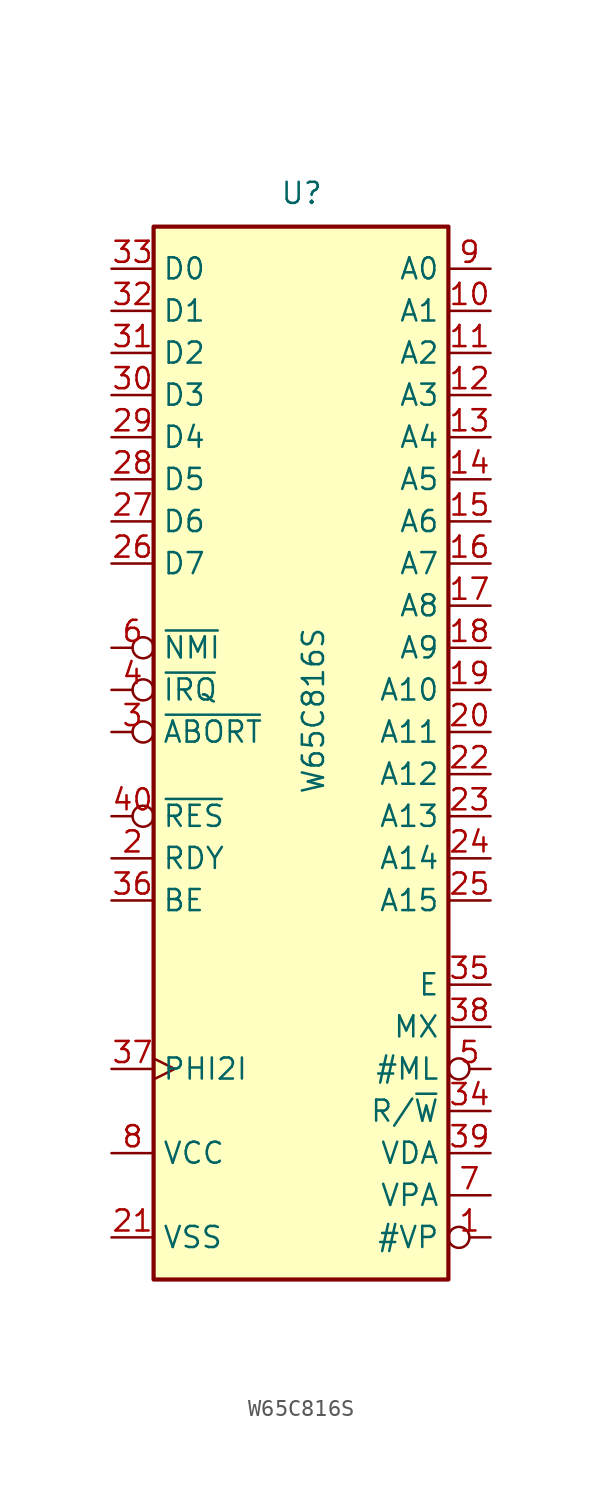
<source format=kicad_sym>
(kicad_symbol_lib
  (version 20231120)
  (generator "kicad_symbol_editor")
  (generator_version "8.0")
  (symbol "W65C816S"
    (property "Reference" "U"
      (at -1.27 31.75 0)
      (effects (font (size 1.27 1.27)) (justify left bottom)))
    (property "Value" "W65C816S"
      (at 0 -3.81 90)
      (effects (font (size 1.27 1.27)) (justify left top)))
    (symbol "W65C816S_0_0"
      (pin output line (at 11.43 -15.24 180) (length 2.54) (name "E" (effects (font (size 1.27 1.27)))) (number "35" (effects (font (size 1.27 1.27)))))
      (pin input line (at -11.43 -10.16 0) (length 2.54) (name "BE" (effects (font (size 1.27 1.27)))) (number "36" (effects (font (size 1.27 1.27)))))
      (pin output inverted (at 11.43 -20.32 180) (length 2.54) (name "#ML" (effects (font (size 1.27 1.27)))) (number "5" (effects (font (size 1.27 1.27))))))
    (symbol "W65C816S_0_1"
      (rectangle (start -8.89 -33.02) (end 8.89 30.48) (stroke (width 0.254) (type default)) (fill (type background))))
    (symbol "W65C816S_1_1"
      (pin output inverted (at 11.43 -30.48 180) (length 2.54) (name "#VP" (effects (font (size 1.27 1.27)))) (number "1" (effects (font (size 1.27 1.27)))))
      (pin output line (at 11.43 25.4 180) (length 2.54) (name "A1" (effects (font (size 1.27 1.27)))) (number "10" (effects (font (size 1.27 1.27)))))
      (pin output line (at 11.43 22.86 180) (length 2.54) (name "A2" (effects (font (size 1.27 1.27)))) (number "11" (effects (font (size 1.27 1.27)))))
      (pin output line (at 11.43 20.32 180) (length 2.54) (name "A3" (effects (font (size 1.27 1.27)))) (number "12" (effects (font (size 1.27 1.27)))))
      (pin output line (at 11.43 17.78 180) (length 2.54) (name "A4" (effects (font (size 1.27 1.27)))) (number "13" (effects (font (size 1.27 1.27)))))
      (pin output line (at 11.43 15.24 180) (length 2.54) (name "A5" (effects (font (size 1.27 1.27)))) (number "14" (effects (font (size 1.27 1.27)))))
      (pin output line (at 11.43 12.7 180) (length 2.54) (name "A6" (effects (font (size 1.27 1.27)))) (number "15" (effects (font (size 1.27 1.27)))))
      (pin output line (at 11.43 10.16 180) (length 2.54) (name "A7" (effects (font (size 1.27 1.27)))) (number "16" (effects (font (size 1.27 1.27)))))
      (pin output line (at 11.43 7.62 180) (length 2.54) (name "A8" (effects (font (size 1.27 1.27)))) (number "17" (effects (font (size 1.27 1.27)))))
      (pin output line (at 11.43 5.08 180) (length 2.54) (name "A9" (effects (font (size 1.27 1.27)))) (number "18" (effects (font (size 1.27 1.27)))))
      (pin output line (at 11.43 2.54 180) (length 2.54) (name "A10" (effects (font (size 1.27 1.27)))) (number "19" (effects (font (size 1.27 1.27)))))
      (pin input line (at -11.43 -7.62 0) (length 2.54) (name "RDY" (effects (font (size 1.27 1.27)))) (number "2" (effects (font (size 1.27 1.27)))))
      (pin output line (at 11.43 0 180) (length 2.54) (name "A11" (effects (font (size 1.27 1.27)))) (number "20" (effects (font (size 1.27 1.27)))))
      (pin power_in line (at -11.43 -30.48 0) (length 2.54) (name "VSS" (effects (font (size 1.27 1.27)))) (number "21" (effects (font (size 1.27 1.27)))))
      (pin output line (at 11.43 -2.54 180) (length 2.54) (name "A12" (effects (font (size 1.27 1.27)))) (number "22" (effects (font (size 1.27 1.27)))))
      (pin output line (at 11.43 -5.08 180) (length 2.54) (name "A13" (effects (font (size 1.27 1.27)))) (number "23" (effects (font (size 1.27 1.27)))))
      (pin output line (at 11.43 -7.62 180) (length 2.54) (name "A14" (effects (font (size 1.27 1.27)))) (number "24" (effects (font (size 1.27 1.27)))))
      (pin output line (at 11.43 -10.16 180) (length 2.54) (name "A15" (effects (font (size 1.27 1.27)))) (number "25" (effects (font (size 1.27 1.27)))))
      (pin bidirectional line (at -11.43 10.16 0) (length 2.54) (name "D7" (effects (font (size 1.27 1.27)))) (number "26" (effects (font (size 1.27 1.27)))))
      (pin bidirectional line (at -11.43 12.7 0) (length 2.54) (name "D6" (effects (font (size 1.27 1.27)))) (number "27" (effects (font (size 1.27 1.27)))))
      (pin bidirectional line (at -11.43 15.24 0) (length 2.54) (name "D5" (effects (font (size 1.27 1.27)))) (number "28" (effects (font (size 1.27 1.27)))))
      (pin bidirectional line (at -11.43 17.78 0) (length 2.54) (name "D4" (effects (font (size 1.27 1.27)))) (number "29" (effects (font (size 1.27 1.27)))))
      (pin input inverted (at -11.43 0 0) (length 2.54) (name "~{ABORT}" (effects (font (size 1.27 1.27)))) (number "3" (effects (font (size 1.27 1.27)))))
      (pin bidirectional line (at -11.43 20.32 0) (length 2.54) (name "D3" (effects (font (size 1.27 1.27)))) (number "30" (effects (font (size 1.27 1.27)))))
      (pin bidirectional line (at -11.43 22.86 0) (length 2.54) (name "D2" (effects (font (size 1.27 1.27)))) (number "31" (effects (font (size 1.27 1.27)))))
      (pin bidirectional line (at -11.43 25.4 0) (length 2.54) (name "D1" (effects (font (size 1.27 1.27)))) (number "32" (effects (font (size 1.27 1.27)))))
      (pin bidirectional line (at -11.43 27.94 0) (length 2.54) (name "D0" (effects (font (size 1.27 1.27)))) (number "33" (effects (font (size 1.27 1.27)))))
      (pin output line (at 11.43 -22.86 180) (length 2.54) (name "R/~{W}" (effects (font (size 1.27 1.27)))) (number "34" (effects (font (size 1.27 1.27)))))
      (pin input clock (at -11.43 -20.32 0) (length 2.54) (name "PHI2I" (effects (font (size 1.27 1.27)))) (number "37" (effects (font (size 1.27 1.27)))))
      (pin output line (at 11.43 -17.78 180) (length 2.54) (name "MX" (effects (font (size 1.27 1.27)))) (number "38" (effects (font (size 1.27 1.27)))))
      (pin output line (at 11.43 -25.4 180) (length 2.54) (name "VDA" (effects (font (size 1.27 1.27)))) (number "39" (effects (font (size 1.27 1.27)))))
      (pin input inverted (at -11.43 2.54 0) (length 2.54) (name "~{IRQ}" (effects (font (size 1.27 1.27)))) (number "4" (effects (font (size 1.27 1.27)))))
      (pin input inverted (at -11.43 -5.08 0) (length 2.54) (name "~{RES}" (effects (font (size 1.27 1.27)))) (number "40" (effects (font (size 1.27 1.27)))))
      (pin input inverted (at -11.43 5.08 0) (length 2.54) (name "~{NMI}" (effects (font (size 1.27 1.27)))) (number "6" (effects (font (size 1.27 1.27)))))
      (pin output line (at 11.43 -27.94 180) (length 2.54) (name "VPA" (effects (font (size 1.27 1.27)))) (number "7" (effects (font (size 1.27 1.27)))))
      (pin power_in line (at -11.43 -25.4 0) (length 2.54) (name "VCC" (effects (font (size 1.27 1.27)))) (number "8" (effects (font (size 1.27 1.27)))))
      (pin output line (at 11.43 27.94 180) (length 2.54) (name "A0" (effects (font (size 1.27 1.27)))) (number "9" (effects (font (size 1.27 1.27))))))))
</source>
